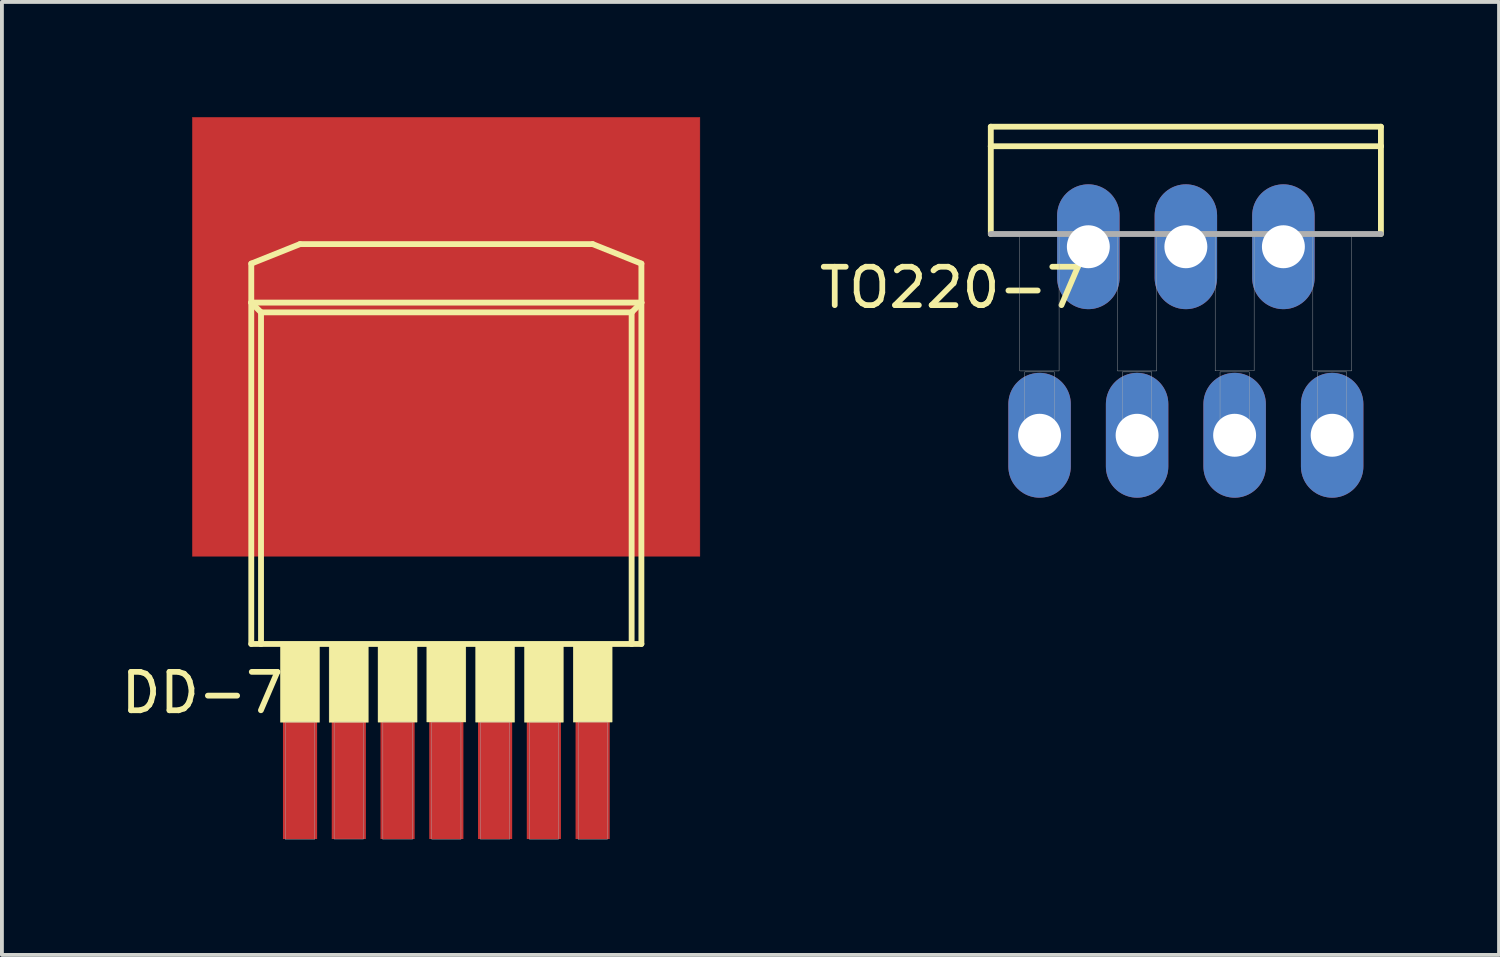
<source format=kicad_pcb>
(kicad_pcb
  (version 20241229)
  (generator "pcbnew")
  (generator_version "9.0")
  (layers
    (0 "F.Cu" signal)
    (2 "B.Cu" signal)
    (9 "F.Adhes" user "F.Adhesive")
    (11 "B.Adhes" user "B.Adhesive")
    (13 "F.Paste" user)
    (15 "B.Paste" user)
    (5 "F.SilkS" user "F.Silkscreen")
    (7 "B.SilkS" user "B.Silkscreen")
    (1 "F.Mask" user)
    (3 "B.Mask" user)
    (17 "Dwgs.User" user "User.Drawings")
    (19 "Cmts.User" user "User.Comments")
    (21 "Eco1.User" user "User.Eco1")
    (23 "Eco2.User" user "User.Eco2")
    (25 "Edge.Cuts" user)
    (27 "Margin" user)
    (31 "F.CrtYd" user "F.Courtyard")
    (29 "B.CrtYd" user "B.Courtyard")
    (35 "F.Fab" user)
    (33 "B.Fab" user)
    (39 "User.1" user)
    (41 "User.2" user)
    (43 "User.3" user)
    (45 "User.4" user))
  (footprint "DD-7"
    (layer "F.Cu")
    (at 8.574 9.276)
    (property "Reference" "DD-7" (at -6.353 5.717 180) (layer "F.SilkS") (effects (font (size 1 1) (thickness 0.15))))
    (attr through_hole)
    (fp_poly (pts (xy -6.614 -9.271) (xy 6.604 -9.271) (xy 6.604 2.162) (xy -6.614 2.162)) (stroke (width 0.01) (type solid)) (fill yes) (layer "F.Cu"))
    (fp_poly (pts (xy -5.717 -6.35) (xy 5.715 -6.35) (xy 5.715 2.541) (xy -5.717 2.541)) (stroke (width 0.01) (type solid)) (fill yes) (layer "F.Mask"))
    (fp_line (start -5.08 -5.461) (end -3.81 -5.969) (stroke (width 0.152) (type solid)) (layer "F.SilkS"))
    (fp_line (start -5.08 -4.445) (end -5.08 -5.461) (stroke (width 0.152) (type solid)) (layer "F.SilkS"))
    (fp_line (start -5.08 -4.445) (end 5.08 -4.445) (stroke (width 0.152) (type solid)) (layer "F.SilkS"))
    (fp_line (start -5.08 4.445) (end -5.08 -4.445) (stroke (width 0.152) (type solid)) (layer "F.SilkS"))
    (fp_line (start -4.826 -4.191) (end -5.08 -4.445) (stroke (width 0.152) (type solid)) (layer "F.SilkS"))
    (fp_line (start -4.826 -4.191) (end 4.826 -4.191) (stroke (width 0.152) (type solid)) (layer "F.SilkS"))
    (fp_line (start -4.826 4.445) (end -5.08 4.445) (stroke (width 0.152) (type solid)) (layer "F.SilkS"))
    (fp_line (start -4.826 4.445) (end -4.826 -4.191) (stroke (width 0.152) (type solid)) (layer "F.SilkS"))
    (fp_line (start -3.81 -5.969) (end 3.81 -5.969) (stroke (width 0.152) (type solid)) (layer "F.SilkS"))
    (fp_line (start 3.81 -5.969) (end 5.08 -5.461) (stroke (width 0.152) (type solid)) (layer "F.SilkS"))
    (fp_line (start 4.826 -4.191) (end 4.826 4.445) (stroke (width 0.152) (type solid)) (layer "F.SilkS"))
    (fp_line (start 4.826 -4.191) (end 5.08 -4.445) (stroke (width 0.152) (type solid)) (layer "F.SilkS"))
    (fp_line (start 4.826 4.445) (end -4.826 4.445) (stroke (width 0.152) (type solid)) (layer "F.SilkS"))
    (fp_line (start 5.08 -5.461) (end 5.08 -4.445) (stroke (width 0.152) (type solid)) (layer "F.SilkS"))
    (fp_line (start 5.08 -4.445) (end 5.08 4.445) (stroke (width 0.152) (type solid)) (layer "F.SilkS"))
    (fp_line (start 5.08 4.445) (end 4.826 4.445) (stroke (width 0.152) (type solid)) (layer "F.SilkS"))
    (fp_poly (pts (xy -4.322 4.445) (xy -3.302 4.445) (xy -3.302 6.482) (xy -4.322 6.482)) (stroke (width 0.01) (type solid)) (fill yes) (layer "F.SilkS"))
    (fp_poly (pts (xy -3.052 4.445) (xy -2.032 4.445) (xy -2.032 6.484) (xy -3.052 6.484)) (stroke (width 0.01) (type solid)) (fill yes) (layer "F.SilkS"))
    (fp_poly (pts (xy -1.779 4.445) (xy -0.762 4.445) (xy -0.762 6.481) (xy -1.779 6.481)) (stroke (width 0.01) (type solid)) (fill yes) (layer "F.SilkS"))
    (fp_poly (pts (xy -0.508 4.445) (xy 0.508 4.445) (xy 0.508 6.478) (xy -0.508 6.478)) (stroke (width 0.01) (type solid)) (fill yes) (layer "F.SilkS"))
    (fp_poly (pts (xy 0.762 4.445) (xy 1.778 4.445) (xy 1.778 6.481) (xy 0.762 6.481)) (stroke (width 0.01) (type solid)) (fill yes) (layer "F.SilkS"))
    (fp_poly (pts (xy 2.034 4.445) (xy 3.048 4.445) (xy 3.048 6.482) (xy 2.034 6.482)) (stroke (width 0.01) (type solid)) (fill yes) (layer "F.SilkS"))
    (fp_poly (pts (xy 3.304 4.445) (xy 4.318 4.445) (xy 4.318 6.48) (xy 3.304 6.48)) (stroke (width 0.01) (type solid)) (fill yes) (layer "F.SilkS"))
    (fp_poly (pts (xy -4.195 6.477) (xy -3.429 6.477) (xy -3.429 9.535) (xy -4.195 9.535)) (stroke (width 0.01) (type solid)) (fill no) (layer "F.Fab"))
    (fp_poly (pts (xy -2.922 6.477) (xy -2.159 6.477) (xy -2.159 9.527) (xy -2.922 9.527)) (stroke (width 0.01) (type solid)) (fill no) (layer "F.Fab"))
    (fp_poly (pts (xy -1.653 6.477) (xy -0.889 6.477) (xy -0.889 9.539) (xy -1.653 9.539)) (stroke (width 0.01) (type solid)) (fill no) (layer "F.Fab"))
    (fp_poly (pts (xy -0.381 6.477) (xy 0.381 6.477) (xy 0.381 9.532) (xy -0.381 9.532)) (stroke (width 0.01) (type solid)) (fill no) (layer "F.Fab"))
    (fp_poly (pts (xy 0.89 6.477) (xy 1.651 6.477) (xy 1.651 9.534) (xy 0.89 9.534)) (stroke (width 0.01) (type solid)) (fill no) (layer "F.Fab"))
    (fp_poly (pts (xy 2.161 6.477) (xy 2.921 6.477) (xy 2.921 9.532) (xy 2.161 9.532)) (stroke (width 0.01) (type solid)) (fill no) (layer "F.Fab"))
    (fp_poly (pts (xy 3.433 6.477) (xy 4.191 6.477) (xy 4.191 9.537) (xy 3.433 9.537)) (stroke (width 0.01) (type solid)) (fill no) (layer "F.Fab"))
    (pad "1" smd rect (at -3.81 6.985) (size 0.889 5.08) (layers "F.Cu" "F.Mask" "F.Paste"))
    (pad "2" smd rect (at -2.54 6.985) (size 0.889 5.08) (layers "F.Cu" "F.Mask" "F.Paste"))
    (pad "3" smd rect (at -1.27 6.985) (size 0.889 5.08) (layers "F.Cu" "F.Mask" "F.Paste"))
    (pad "4" smd rect (at 0 6.985) (size 0.889 5.08) (layers "F.Cu" "F.Mask" "F.Paste"))
    (pad "5" smd rect (at 1.27 6.985) (size 0.889 5.08) (layers "F.Cu" "F.Mask" "F.Paste"))
    (pad "6" smd rect (at 2.54 6.985) (size 0.889 5.08) (layers "F.Cu" "F.Mask" "F.Paste"))
    (pad "7" smd rect (at 3.81 6.985) (size 0.889 5.08) (layers "F.Cu" "F.Mask" "F.Paste")))
  (footprint "TO220-7"
    (layer "F.Cu")
    (at 27.834 0.25)
    (property "Reference" "TO220-7" (at -6.097 4.192 180) (layer "F.SilkS") (effects (font (size 1 1) (thickness 0.15))))
    (attr through_hole)
    (fp_line (start -5.08 0.508) (end -5.08 0) (stroke (width 0.152) (type solid)) (layer "F.SilkS"))
    (fp_line (start -5.08 0.508) (end 5.08 0.508) (stroke (width 0.152) (type solid)) (layer "F.SilkS"))
    (fp_line (start -5.08 2.794) (end -5.08 0.508) (stroke (width 0.152) (type solid)) (layer "F.SilkS"))
    (fp_line (start 5.08 0) (end -5.08 0) (stroke (width 0.152) (type solid)) (layer "F.SilkS"))
    (fp_line (start 5.08 0) (end 5.08 0.508) (stroke (width 0.152) (type solid)) (layer "F.SilkS"))
    (fp_line (start 5.08 0.508) (end 5.08 2.794) (stroke (width 0.152) (type solid)) (layer "F.SilkS"))
    (fp_line (start 5.08 2.794) (end -5.08 2.794) (stroke (width 0.152) (type solid)) (layer "F.Fab"))
    (fp_poly (pts (xy -4.325 2.794) (xy -3.302 2.794) (xy -3.302 6.36) (xy -4.325 6.36)) (stroke (width 0.01) (type solid)) (fill no) (layer "F.Fab"))
    (fp_poly (pts (xy -4.195 6.385) (xy -3.429 6.385) (xy -3.429 8.298) (xy -4.195 8.298)) (stroke (width 0.01) (type solid)) (fill no) (layer "F.Fab"))
    (fp_poly (pts (xy -3.051 2.794) (xy -2.032 2.794) (xy -2.032 3.178) (xy -3.051 3.178)) (stroke (width 0.01) (type solid)) (fill no) (layer "F.Fab"))
    (fp_poly (pts (xy -1.781 2.794) (xy -0.762 2.794) (xy -0.762 6.36) (xy -1.781 6.36)) (stroke (width 0.01) (type solid)) (fill no) (layer "F.Fab"))
    (fp_poly (pts (xy -1.652 6.385) (xy -0.889 6.385) (xy -0.889 8.295) (xy -1.652 8.295)) (stroke (width 0.01) (type solid)) (fill no) (layer "F.Fab"))
    (fp_poly (pts (xy -0.508 2.794) (xy 0.508 2.794) (xy 0.508 3.177) (xy -0.508 3.177)) (stroke (width 0.01) (type solid)) (fill no) (layer "F.Fab"))
    (fp_poly (pts (xy 0.763 2.794) (xy 1.778 2.794) (xy 1.778 6.358) (xy 0.763 6.358)) (stroke (width 0.01) (type solid)) (fill no) (layer "F.Fab"))
    (fp_poly (pts (xy 0.89 6.385) (xy 1.651 6.385) (xy 1.651 8.301) (xy 0.89 8.301)) (stroke (width 0.01) (type solid)) (fill no) (layer "F.Fab"))
    (fp_poly (pts (xy 2.036 2.794) (xy 3.048 2.794) (xy 3.048 3.181) (xy 2.036 3.181)) (stroke (width 0.01) (type solid)) (fill no) (layer "F.Fab"))
    (fp_poly (pts (xy 3.307 2.794) (xy 4.318 2.794) (xy 4.318 6.359) (xy 3.307 6.359)) (stroke (width 0.01) (type solid)) (fill no) (layer "F.Fab"))
    (fp_poly (pts (xy 3.429 6.385) (xy 4.191 6.385) (xy 4.191 8.291) (xy 3.429 8.291)) (stroke (width 0.01) (type solid)) (fill no) (layer "F.Fab"))
    (pad "1" thru_hole oval (at -3.81 8.036) (size 1.626 3.251) (drill 1.118) (layers "*.Cu" "*.Mask"))
    (pad "2" thru_hole oval (at -2.54 3.126) (size 1.626 3.251) (drill 1.118) (layers "*.Cu" "*.Mask"))
    (pad "3" thru_hole oval (at -1.27 8.036) (size 1.626 3.251) (drill 1.118) (layers "*.Cu" "*.Mask"))
    (pad "4" thru_hole oval (at 0 3.126) (size 1.626 3.251) (drill 1.118) (layers "*.Cu" "*.Mask"))
    (pad "5" thru_hole oval (at 1.27 8.036) (size 1.626 3.251) (drill 1.118) (layers "*.Cu" "*.Mask"))
    (pad "6" thru_hole oval (at 2.54 3.126) (size 1.626 3.251) (drill 1.118) (layers "*.Cu" "*.Mask"))
    (pad "7" thru_hole oval (at 3.81 8.036) (size 1.626 3.251) (drill 1.118) (layers "*.Cu" "*.Mask")))
  (gr_rect
    (start -3 -3)
    (end 35.99 21.82)
    (stroke (width 0.1) (type default))
    (fill no)
    (layer "Edge.Cuts")))
</source>
